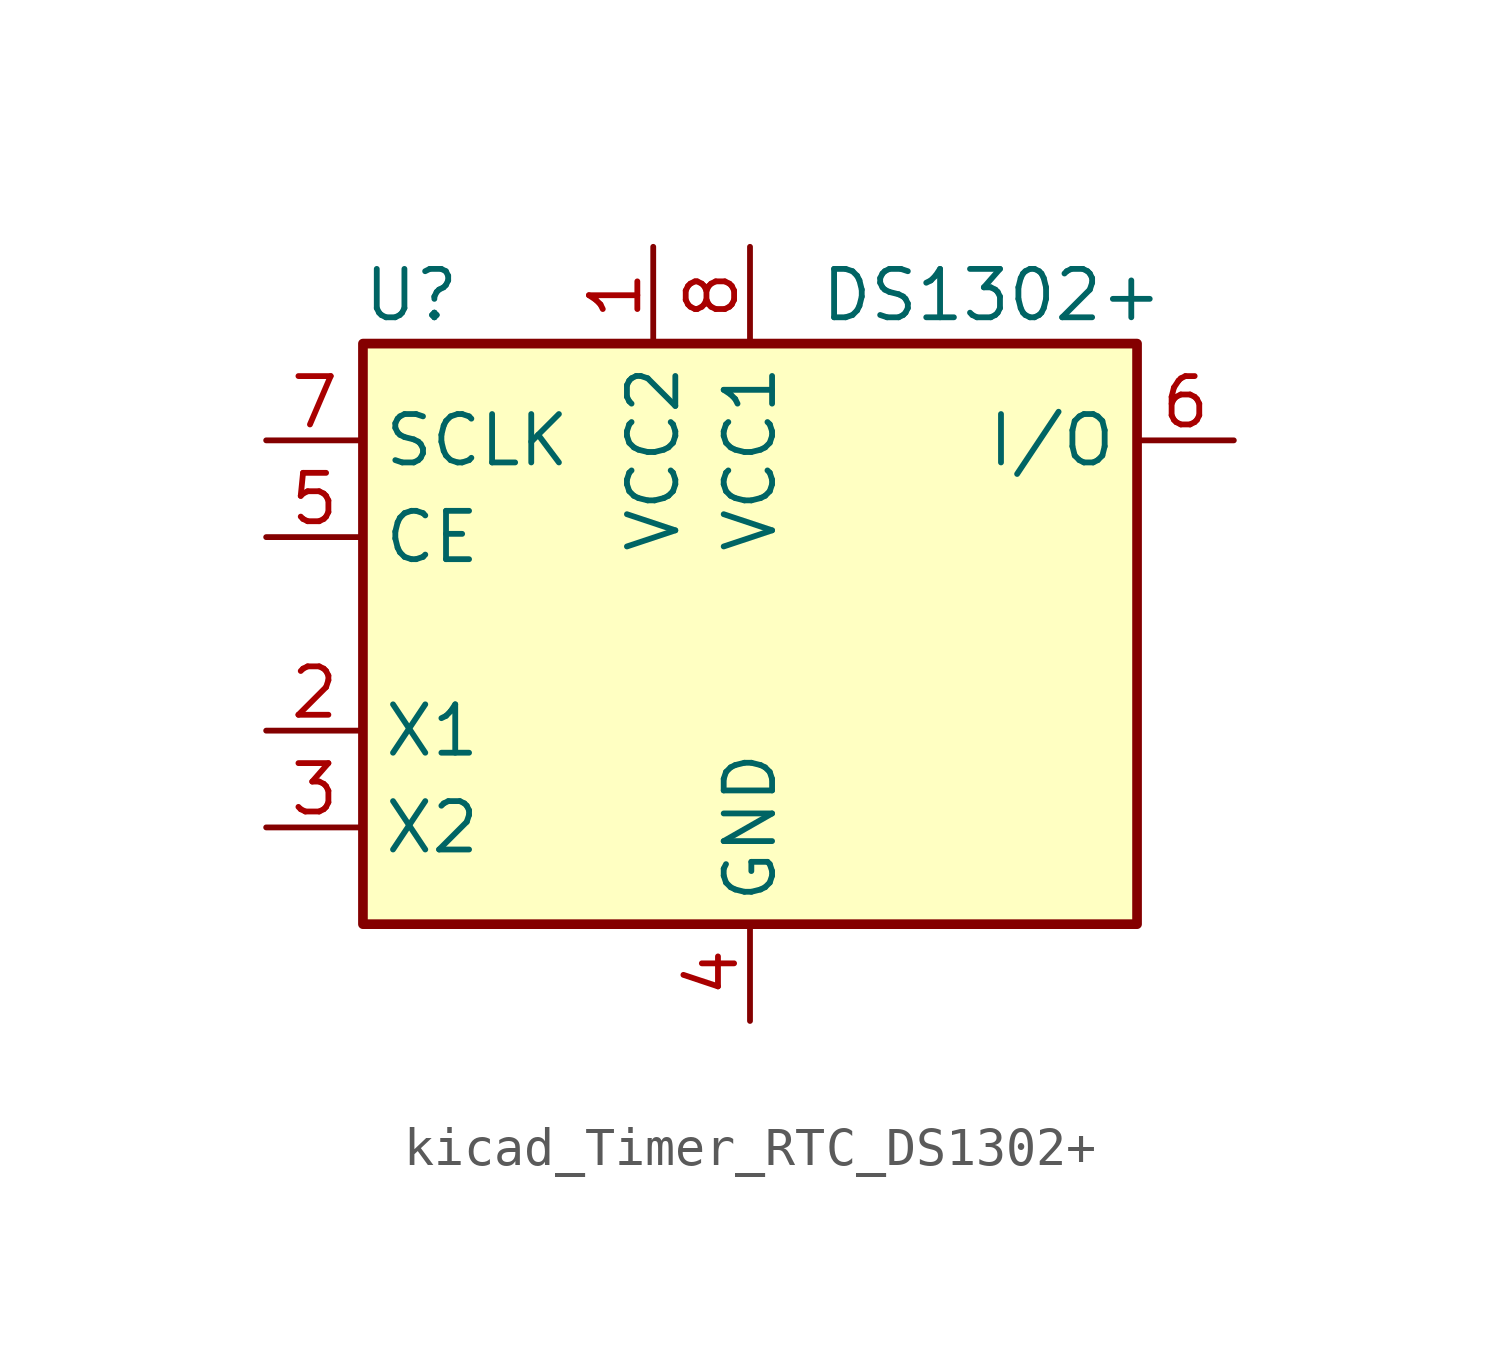
<source format=kicad_sym>
(kicad_symbol_lib
  (version 20220914)
  (generator kicad_symbol_editor)
  (symbol "kicad_Timer_RTC_DS1302+"
    (property "Reference" "U"
      (at -8.89 8.89 0)
      (effects (font (size 1.27 1.27))))
    (property "Value" "DS1302+"
      (at 6.35 8.89 0)
      (effects (font (size 1.27 1.27))))
    (symbol "kicad_Timer_RTC_DS1302+_1_1"
      (rectangle (start -10.16 7.62) (end 10.16 -7.62) (stroke (width 0.254) (type default)) (fill (type background)))
      (pin power_in line (at -2.54 10.16 270) (length 2.54) (name "VCC2" (effects (font (size 1.27 1.27)))) (number "1" (effects (font (size 1.27 1.27)))))
      (pin input line (at -12.7 -2.54 0) (length 2.54) (name "X1" (effects (font (size 1.27 1.27)))) (number "2" (effects (font (size 1.27 1.27)))))
      (pin input line (at -12.7 -5.08 0) (length 2.54) (name "X2" (effects (font (size 1.27 1.27)))) (number "3" (effects (font (size 1.27 1.27)))))
      (pin power_in line (at 0 -10.16 90) (length 2.54) (name "GND" (effects (font (size 1.27 1.27)))) (number "4" (effects (font (size 1.27 1.27)))))
      (pin input line (at -12.7 2.54 0) (length 2.54) (name "CE" (effects (font (size 1.27 1.27)))) (number "5" (effects (font (size 1.27 1.27)))))
      (pin bidirectional line (at 12.7 5.08 180) (length 2.54) (name "I/O" (effects (font (size 1.27 1.27)))) (number "6" (effects (font (size 1.27 1.27)))))
      (pin input line (at -12.7 5.08 0) (length 2.54) (name "SCLK" (effects (font (size 1.27 1.27)))) (number "7" (effects (font (size 1.27 1.27)))))
      (pin power_in line (at 0 10.16 270) (length 2.54) (name "VCC1" (effects (font (size 1.27 1.27)))) (number "8" (effects (font (size 1.27 1.27))))))))
</source>
